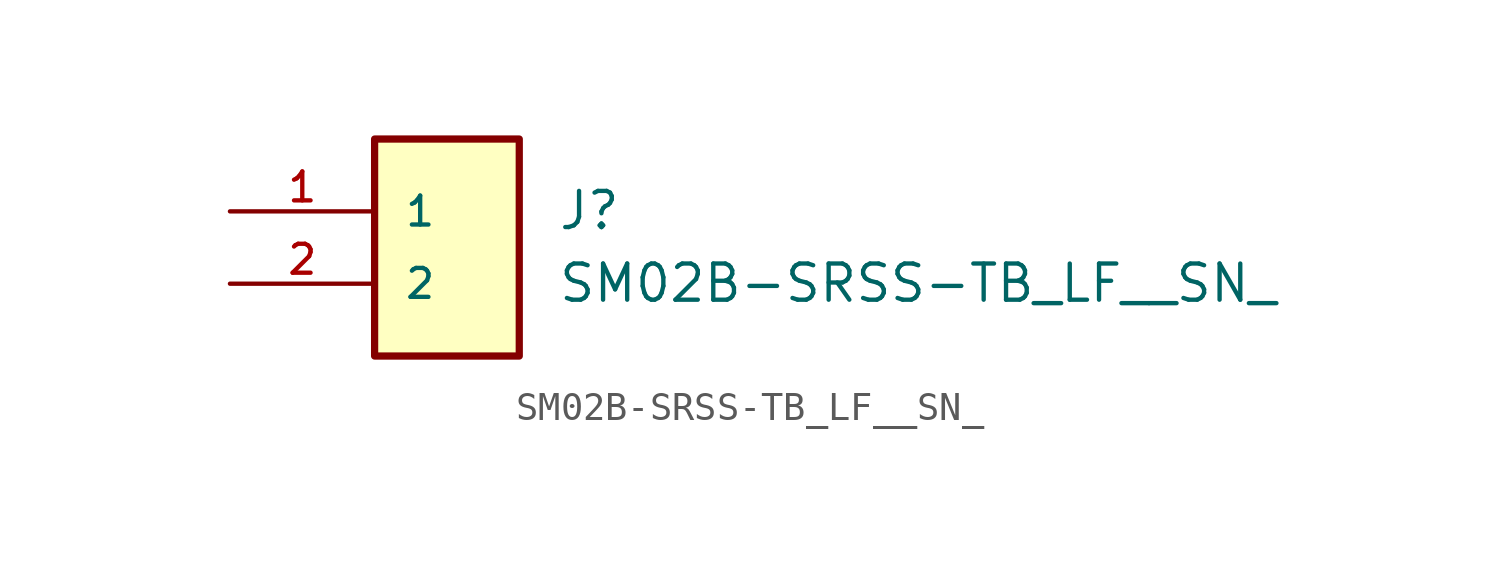
<source format=kicad_sym>
(kicad_symbol_lib
  (version 20211014)
  (generator kicad_symbol_editor)
  (symbol "SM02B-SRSS-TB_LF__SN_"
    (pin_names
      (offset 1.016))
    (property "Reference" "J"
      (at 11.494 5.109 0)
      (effects (font (size 1.27 1.27)) (justify left)))
    (property "Value" "SM02B-SRSS-TB_LF__SN_"
      (at 11.491 2.558 0)
      (effects (font (size 1.27 1.27)) (justify left)))
    (symbol "SM02B-SRSS-TB_LF__SN__0_0"
      (rectangle (start 5.08 -4.4408920985e-16) (end 10.16 7.62) (stroke (width 0.254)) (fill (type background)))
      (pin bidirectional line (at 0.0 5.08 0) (length 5.08) (name "1" (effects (font (size 1.016 1.016)))) (number "1" (effects (font (size 1.016 1.016)))))
      (pin bidirectional line (at 0.0 2.54 0) (length 5.08) (name "2" (effects (font (size 1.016 1.016)))) (number "2" (effects (font (size 1.016 1.016))))))))
</source>
